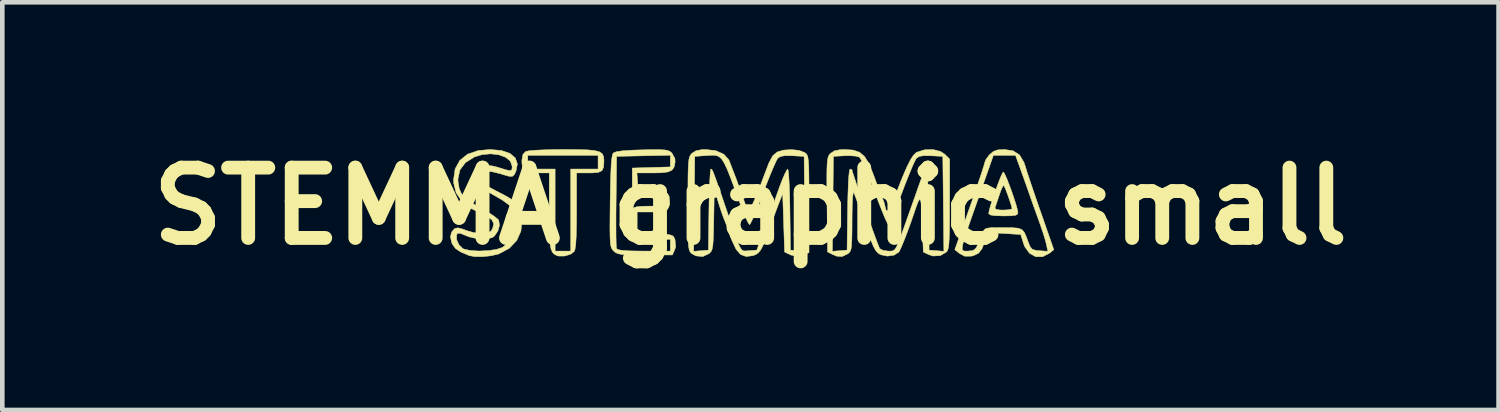
<source format=kicad_pcb>
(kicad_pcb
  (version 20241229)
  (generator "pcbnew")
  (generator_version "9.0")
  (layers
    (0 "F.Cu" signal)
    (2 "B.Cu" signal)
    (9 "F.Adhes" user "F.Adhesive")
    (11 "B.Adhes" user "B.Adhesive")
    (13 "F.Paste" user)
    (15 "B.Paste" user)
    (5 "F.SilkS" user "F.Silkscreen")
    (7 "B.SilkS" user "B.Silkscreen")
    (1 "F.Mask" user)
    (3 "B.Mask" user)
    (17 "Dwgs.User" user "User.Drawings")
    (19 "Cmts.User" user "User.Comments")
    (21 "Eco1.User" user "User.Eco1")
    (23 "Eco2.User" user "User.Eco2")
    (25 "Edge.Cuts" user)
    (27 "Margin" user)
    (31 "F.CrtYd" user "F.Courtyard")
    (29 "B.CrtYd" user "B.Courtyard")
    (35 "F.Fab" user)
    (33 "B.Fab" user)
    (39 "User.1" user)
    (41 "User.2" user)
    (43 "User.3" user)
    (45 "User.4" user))
  (footprint "STEMMA graphic small"
    (layer "F.Cu")
    (at 13.215 1.418)
    (property "Reference" "STEMMA graphic small" (at 0 0 0) (layer "F.SilkS") (effects (font (size 1.524 1.524) (thickness 0.3))))
    (attr through_hole)
    (fp_poly (pts (xy 5.508 -0.704) (xy 5.553 -0.606) (xy 5.608 -0.466) (xy 5.667 -0.306) (xy 5.722 -0.144) (xy 5.767 -0.000488) (xy 5.793 0.105) (xy 5.798 0.138) (xy 5.788 0.176) (xy 5.746 0.198) (xy 5.653 0.209) (xy 5.494 0.212) (xy 5.482 0.212) (xy 5.306 0.207) (xy 5.204 0.192) (xy 5.166 0.164) (xy 5.165 0.157) (xy 5.178 0.086) (xy 5.193 0.032) (xy 5.302 0.032) (xy 5.318 0.067) (xy 5.405 0.083) (xy 5.478 0.085) (xy 5.592 0.079) (xy 5.662 0.063) (xy 5.671 0.053) (xy 5.657 -0.008) (xy 5.622 -0.116) (xy 5.578 -0.243) (xy 5.534 -0.358) (xy 5.501 -0.434) (xy 5.493 -0.448) (xy 5.468 -0.425) (xy 5.429 -0.34) (xy 5.396 -0.246) (xy 5.351 -0.112) (xy 5.316 -0.007) (xy 5.302 0.032) (xy 5.193 0.032) (xy 5.212 -0.035) (xy 5.262 -0.189) (xy 5.319 -0.354) (xy 5.377 -0.511) (xy 5.428 -0.64) (xy 5.466 -0.722) (xy 5.482 -0.741) (xy 5.508 -0.704)) (stroke (width 0.01) (type solid)) (fill yes) (layer "F.SilkS"))
    (fp_poly (pts (xy -3.755 -1.226) (xy -3.536 -1.22) (xy -3.38 -1.205) (xy -3.276 -1.179) (xy -3.215 -1.139) (xy -3.185 -1.082) (xy -3.175 -1.004) (xy -3.175 -0.974) (xy -3.183 -0.845) (xy -3.217 -0.769) (xy -3.295 -0.732) (xy -3.434 -0.72) (xy -3.497 -0.72) (xy -3.768 -0.72) (xy -3.768 0.098) (xy -3.77 0.417) (xy -3.776 0.658) (xy -3.786 0.829) (xy -3.802 0.937) (xy -3.821 0.986) (xy -3.907 1.046) (xy -4.034 1.082) (xy -4.158 1.082) (xy -4.191 1.073) (xy -4.247 1.045) (xy -4.289 1.004) (xy -4.32 0.937) (xy -4.34 0.834) (xy -4.352 0.683) (xy -4.358 0.473) (xy -4.36 0.193) (xy -4.36 0.098) (xy -4.36 -0.72) (xy -4.631 -0.72) (xy -4.794 -0.725) (xy -4.891 -0.753) (xy -4.937 -0.816) (xy -4.952 -0.931) (xy -4.953 -0.997) (xy -4.934 -1.101) (xy -4.826 -1.101) (xy -4.826 -0.804) (xy -4.233 -0.804) (xy -4.233 0.974) (xy -3.895 0.974) (xy -3.895 -0.804) (xy -3.302 -0.804) (xy -3.302 -1.101) (xy -4.826 -1.101) (xy -4.934 -1.101) (xy -4.929 -1.124) (xy -4.871 -1.184) (xy -4.8 -1.199) (xy -4.657 -1.212) (xy -4.457 -1.221) (xy -4.211 -1.227) (xy -4.049 -1.228) (xy -3.755 -1.226)) (stroke (width 0.01) (type solid)) (fill yes) (layer "F.SilkS"))
    (fp_poly (pts (xy 5.694 -1.199) (xy 5.834 -1.109) (xy 5.929 -0.949) (xy 5.96 -0.856) (xy 5.987 -0.768) (xy 6.037 -0.616) (xy 6.105 -0.413) (xy 6.186 -0.176) (xy 6.275 0.082) (xy 6.29 0.123) (xy 6.576 0.944) (xy 6.48 1.022) (xy 6.331 1.097) (xy 6.183 1.096) (xy 6.05 1.022) (xy 5.949 0.884) (xy 5.92 0.811) (xy 5.859 0.614) (xy 5.493 0.593) (xy 5.127 0.572) (xy 5.084 0.741) (xy 5.025 0.914) (xy 4.946 1.019) (xy 4.832 1.074) (xy 4.783 1.084) (xy 4.644 1.085) (xy 4.532 1.026) (xy 4.43 0.944) (xy 4.437 0.924) (xy 4.59 0.924) (xy 4.602 0.958) (xy 4.63 0.972) (xy 4.672 0.974) (xy 4.716 0.974) (xy 4.826 0.962) (xy 4.889 0.912) (xy 4.928 0.836) (xy 4.984 0.703) (xy 5.032 0.582) (xy 5.057 0.528) (xy 5.089 0.494) (xy 5.149 0.475) (xy 5.252 0.467) (xy 5.418 0.466) (xy 5.479 0.466) (xy 5.674 0.467) (xy 5.803 0.478) (xy 5.884 0.508) (xy 5.938 0.569) (xy 5.982 0.67) (xy 6.015 0.761) (xy 6.061 0.877) (xy 6.11 0.936) (xy 6.19 0.959) (xy 6.264 0.966) (xy 6.446 0.979) (xy 6.418 0.839) (xy 6.391 0.733) (xy 6.343 0.578) (xy 6.283 0.402) (xy 6.268 0.36) (xy 6.194 0.154) (xy 6.108 -0.087) (xy 6.027 -0.316) (xy 6.012 -0.36) (xy 5.944 -0.551) (xy 5.878 -0.735) (xy 5.826 -0.88) (xy 5.811 -0.921) (xy 5.746 -1.101) (xy 5.266 -1.101) (xy 4.943 -0.18) (xy 4.825 0.154) (xy 4.733 0.417) (xy 4.665 0.617) (xy 4.62 0.762) (xy 4.596 0.862) (xy 4.59 0.924) (xy 4.437 0.924) (xy 4.755 0.024) (xy 4.848 -0.241) (xy 4.93 -0.481) (xy 4.999 -0.684) (xy 5.048 -0.837) (xy 5.076 -0.929) (xy 5.08 -0.95) (xy 5.107 -1.015) (xy 5.172 -1.103) (xy 5.184 -1.116) (xy 5.266 -1.186) (xy 5.361 -1.219) (xy 5.503 -1.228) (xy 5.694 -1.199)) (stroke (width 0.01) (type solid)) (fill yes) (layer "F.SilkS"))
    (fp_poly (pts (xy -1.956 -1.224) (xy -1.848 -1.217) (xy -1.777 -1.202) (xy -1.73 -1.176) (xy -1.702 -1.151) (xy -1.637 -1.034) (xy -1.632 -0.956) (xy -1.653 -0.849) (xy -1.7 -0.78) (xy -1.788 -0.741) (xy -1.933 -0.723) (xy -2.103 -0.72) (xy -2.46 -0.72) (xy -2.447 -0.54) (xy -2.434 -0.36) (xy -2.117 -0.339) (xy -1.955 -0.326) (xy -1.856 -0.309) (xy -1.802 -0.28) (xy -1.772 -0.232) (xy -1.761 -0.203) (xy -1.747 -0.051) (xy -1.77 0.019) (xy -1.8 0.074) (xy -1.844 0.107) (xy -1.922 0.122) (xy -2.055 0.127) (xy -2.137 0.127) (xy -2.455 0.127) (xy -2.455 0.589) (xy -2.065 0.602) (xy -1.881 0.608) (xy -1.764 0.618) (xy -1.696 0.637) (xy -1.66 0.669) (xy -1.637 0.72) (xy -1.634 0.729) (xy -1.62 0.88) (xy -1.643 0.951) (xy -1.692 1.058) (xy -2.285 1.058) (xy -2.523 1.057) (xy -2.692 1.053) (xy -2.806 1.044) (xy -2.88 1.027) (xy -2.931 1.002) (xy -2.965 0.972) (xy -2.993 0.94) (xy -3.014 0.902) (xy -3.029 0.845) (xy -3.038 0.76) (xy -3.043 0.633) (xy -3.045 0.456) (xy -3.045 0.428) (xy -2.914 0.428) (xy -2.913 0.642) (xy -2.91 0.803) (xy -2.905 0.899) (xy -2.902 0.92) (xy -2.868 0.943) (xy -2.782 0.959) (xy -2.633 0.969) (xy -2.413 0.973) (xy -2.308 0.974) (xy -1.736 0.974) (xy -1.736 0.72) (xy -2.108 0.72) (xy -2.315 0.714) (xy -2.459 0.696) (xy -2.532 0.669) (xy -2.532 0.669) (xy -2.558 0.601) (xy -2.575 0.479) (xy -2.582 0.332) (xy -2.578 0.189) (xy -2.561 0.081) (xy -2.557 0.067) (xy -2.526 0.032) (xy -2.454 0.011) (xy -2.327 0.002) (xy -2.197 0) (xy -1.863 0) (xy -1.863 -0.251) (xy -2.212 -0.263) (xy -2.561 -0.275) (xy -2.561 -0.826) (xy -2.148 -0.838) (xy -1.736 -0.85) (xy -1.736 -1.103) (xy -2.318 -1.091) (xy -2.9 -1.079) (xy -2.911 -0.107) (xy -2.914 0.174) (xy -2.914 0.428) (xy -3.045 0.428) (xy -3.043 0.216) (xy -3.04 -0.097) (xy -3.04 -0.106) (xy -3.034 -0.447) (xy -3.026 -0.711) (xy -3.017 -0.906) (xy -3.004 -1.04) (xy -2.988 -1.12) (xy -2.972 -1.152) (xy -2.909 -1.178) (xy -2.775 -1.199) (xy -2.567 -1.213) (xy -2.351 -1.22) (xy -2.119 -1.225) (xy -1.956 -1.224)) (stroke (width 0.01) (type solid)) (fill yes) (layer "F.SilkS"))
    (fp_poly (pts (xy -5.398 -1.206) (xy -5.215 -1.144) (xy -5.097 -1.046) (xy -5.051 -0.916) (xy -5.081 -0.759) (xy -5.081 -0.759) (xy -5.117 -0.683) (xy -5.158 -0.647) (xy -5.226 -0.646) (xy -5.342 -0.678) (xy -5.421 -0.703) (xy -5.613 -0.749) (xy -5.748 -0.743) (xy -5.822 -0.686) (xy -5.834 -0.602) (xy -5.815 -0.537) (xy -5.764 -0.478) (xy -5.666 -0.412) (xy -5.509 -0.329) (xy -5.325 -0.234) (xy -5.2 -0.161) (xy -5.119 -0.099) (xy -5.066 -0.032) (xy -5.024 0.052) (xy -5.014 0.076) (xy -4.954 0.316) (xy -4.974 0.543) (xy -5.067 0.747) (xy -5.228 0.915) (xy -5.451 1.034) (xy -5.457 1.036) (xy -5.619 1.075) (xy -5.806 1.095) (xy -5.98 1.093) (xy -6.096 1.071) (xy -6.279 0.994) (xy -6.395 0.915) (xy -6.462 0.821) (xy -6.477 0.782) (xy -6.489 0.724) (xy -6.369 0.724) (xy -6.318 0.837) (xy -6.233 0.92) (xy -6.213 0.93) (xy -6.071 0.962) (xy -5.883 0.973) (xy -5.681 0.964) (xy -5.5 0.937) (xy -5.376 0.895) (xy -5.208 0.761) (xy -5.106 0.575) (xy -5.073 0.354) (xy -5.086 0.207) (xy -5.135 0.085) (xy -5.23 -0.024) (xy -5.382 -0.135) (xy -5.582 -0.25) (xy -5.765 -0.355) (xy -5.881 -0.438) (xy -5.941 -0.508) (xy -5.955 -0.542) (xy -5.955 -0.674) (xy -5.878 -0.78) (xy -5.778 -0.842) (xy -5.695 -0.873) (xy -5.61 -0.875) (xy -5.491 -0.847) (xy -5.44 -0.831) (xy -5.295 -0.786) (xy -5.212 -0.769) (xy -5.175 -0.781) (xy -5.165 -0.826) (xy -5.165 -0.867) (xy -5.203 -0.975) (xy -5.305 -1.059) (xy -5.454 -1.113) (xy -5.631 -1.134) (xy -5.819 -1.117) (xy -5.982 -1.066) (xy -6.176 -0.944) (xy -6.296 -0.785) (xy -6.339 -0.592) (xy -6.336 -0.519) (xy -6.311 -0.376) (xy -6.258 -0.261) (xy -6.164 -0.16) (xy -6.016 -0.056) (xy -5.844 0.041) (xy -5.686 0.132) (xy -5.556 0.218) (xy -5.472 0.286) (xy -5.455 0.308) (xy -5.439 0.415) (xy -5.474 0.539) (xy -5.546 0.645) (xy -5.591 0.679) (xy -5.728 0.715) (xy -5.906 0.71) (xy -6.094 0.666) (xy -6.167 0.638) (xy -6.279 0.592) (xy -6.338 0.585) (xy -6.366 0.615) (xy -6.367 0.618) (xy -6.369 0.724) (xy -6.489 0.724) (xy -6.502 0.661) (xy -6.478 0.569) (xy -6.469 0.553) (xy -6.413 0.488) (xy -6.342 0.47) (xy -6.233 0.498) (xy -6.153 0.529) (xy -6.006 0.572) (xy -5.844 0.592) (xy -5.823 0.593) (xy -5.699 0.583) (xy -5.627 0.544) (xy -5.589 0.488) (xy -5.562 0.382) (xy -5.609 0.291) (xy -5.735 0.208) (xy -5.794 0.181) (xy -6.067 0.043) (xy -6.26 -0.113) (xy -6.38 -0.292) (xy -6.432 -0.502) (xy -6.434 -0.572) (xy -6.4 -0.807) (xy -6.298 -0.992) (xy -6.132 -1.125) (xy -5.903 -1.204) (xy -5.643 -1.228) (xy -5.398 -1.206)) (stroke (width 0.01) (type solid)) (fill yes) (layer "F.SilkS"))
    (fp_poly (pts (xy -0.75 -1.202) (xy -0.579 -1.127) (xy -0.472 -1.01) (xy -0.459 -0.982) (xy -0.302 -0.576) (xy -0.165 -0.191) (xy -0.164 -0.191) (xy -0.114 -0.052) (xy -0.07 0.053) (xy -0.045 0.098) (xy -0.015 0.075) (xy 0.04 -0.029) (xy 0.12 -0.214) (xy 0.226 -0.479) (xy 0.358 -0.824) (xy 0.398 -0.931) (xy 0.485 -1.093) (xy 0.582 -1.175) (xy 0.725 -1.215) (xy 0.896 -1.225) (xy 1.059 -1.207) (xy 1.176 -1.162) (xy 1.205 -1.139) (xy 1.227 -1.111) (xy 1.244 -1.065) (xy 1.255 -0.993) (xy 1.263 -0.883) (xy 1.267 -0.725) (xy 1.269 -0.509) (xy 1.27 -0.225) (xy 1.27 -0.043) (xy 1.27 1.009) (xy 1.123 1.058) (xy 0.995 1.085) (xy 0.886 1.062) (xy 0.858 1.05) (xy 0.741 0.994) (xy 0.72 0.359) (xy 0.699 -0.275) (xy 0.601 -0.021) (xy 0.536 0.152) (xy 0.472 0.326) (xy 0.437 0.423) (xy 0.353 0.659) (xy 0.286 0.826) (xy 0.229 0.939) (xy 0.175 1.009) (xy 0.115 1.051) (xy 0.053 1.073) (xy -0.093 1.092) (xy -0.211 1.049) (xy -0.31 0.937) (xy -0.398 0.75) (xy -0.424 0.677) (xy -0.478 0.522) (xy -0.524 0.396) (xy -0.553 0.324) (xy -0.556 0.318) (xy -0.58 0.259) (xy -0.622 0.143) (xy -0.672 -0.009) (xy -0.682 -0.042) (xy -0.783 -0.36) (xy -0.794 0.296) (xy -0.799 0.547) (xy -0.805 0.727) (xy -0.815 0.851) (xy -0.83 0.931) (xy -0.852 0.982) (xy -0.884 1.018) (xy -0.894 1.027) (xy -1.032 1.093) (xy -1.18 1.078) (xy -1.261 1.035) (xy -1.29 1.012) (xy -1.313 0.982) (xy -1.314 0.979) (xy -1.229 0.979) (xy -1.07 0.966) (xy -0.91 0.953) (xy -0.899 0.074) (xy -0.894 -0.188) (xy -0.887 -0.419) (xy -0.878 -0.607) (xy -0.869 -0.738) (xy -0.859 -0.801) (xy -0.856 -0.804) (xy -0.844 -0.801) (xy -0.831 -0.786) (xy -0.812 -0.75) (xy -0.785 -0.682) (xy -0.746 -0.575) (xy -0.69 -0.417) (xy -0.615 -0.201) (xy -0.518 0.084) (xy -0.488 0.169) (xy -0.395 0.443) (xy -0.324 0.648) (xy -0.27 0.792) (xy -0.228 0.887) (xy -0.192 0.942) (xy -0.156 0.967) (xy -0.113 0.972) (xy -0.06 0.968) (xy -0.031 0.965) (xy 0.138 0.953) (xy 0.306 0.487) (xy 0.393 0.245) (xy 0.489 -0.022) (xy 0.58 -0.273) (xy 0.622 -0.392) (xy 0.687 -0.563) (xy 0.746 -0.699) (xy 0.79 -0.784) (xy 0.808 -0.804) (xy 0.82 -0.764) (xy 0.831 -0.652) (xy 0.841 -0.479) (xy 0.849 -0.26) (xy 0.855 -0.005) (xy 0.856 0.074) (xy 0.868 0.953) (xy 1.027 0.966) (xy 1.187 0.979) (xy 1.164 -1.079) (xy 0.906 -1.092) (xy 0.748 -1.094) (xy 0.651 -1.077) (xy 0.592 -1.037) (xy 0.589 -1.033) (xy 0.555 -0.97) (xy 0.498 -0.843) (xy 0.424 -0.666) (xy 0.34 -0.454) (xy 0.274 -0.279) (xy 0.188 -0.056) (xy 0.111 0.136) (xy 0.046 0.285) (xy 0.001 0.377) (xy -0.018 0.402) (xy -0.047 0.365) (xy -0.096 0.264) (xy -0.159 0.115) (xy -0.219 -0.042) (xy -0.336 -0.362) (xy -0.429 -0.611) (xy -0.503 -0.798) (xy -0.566 -0.932) (xy -0.623 -1.021) (xy -0.681 -1.074) (xy -0.746 -1.098) (xy -0.825 -1.104) (xy -0.923 -1.098) (xy -0.998 -1.093) (xy -1.206 -1.079) (xy -1.229 0.979) (xy -1.314 0.979) (xy -1.329 0.936) (xy -1.341 0.862) (xy -1.348 0.75) (xy -1.352 0.589) (xy -1.354 0.368) (xy -1.355 0.076) (xy -1.355 -0.045) (xy -1.354 -0.365) (xy -1.353 -0.611) (xy -1.349 -0.794) (xy -1.342 -0.925) (xy -1.332 -1.014) (xy -1.317 -1.073) (xy -1.296 -1.113) (xy -1.27 -1.143) (xy -1.179 -1.201) (xy -1.045 -1.226) (xy -0.972 -1.228) (xy -0.75 -1.202)) (stroke (width 0.01) (type solid)) (fill yes) (layer "F.SilkS"))
    (fp_poly (pts (xy 2.225 -1.215) (xy 2.364 -1.169) (xy 2.472 -1.078) (xy 2.565 -0.929) (xy 2.656 -0.709) (xy 2.662 -0.693) (xy 2.73 -0.51) (xy 2.794 -0.341) (xy 2.845 -0.213) (xy 2.86 -0.178) (xy 2.901 -0.069) (xy 2.921 0.014) (xy 2.921 0.02) (xy 2.942 0.093) (xy 2.989 0.098) (xy 3.04 0.036) (xy 3.05 0.013) (xy 3.183 -0.342) (xy 3.294 -0.624) (xy 3.387 -0.84) (xy 3.464 -0.995) (xy 3.53 -1.099) (xy 3.588 -1.157) (xy 3.603 -1.167) (xy 3.773 -1.221) (xy 3.956 -1.227) (xy 4.12 -1.186) (xy 4.214 -1.124) (xy 4.318 -1.02) (xy 4.318 -0.047) (xy 4.317 0.272) (xy 4.315 0.517) (xy 4.309 0.698) (xy 4.301 0.825) (xy 4.288 0.911) (xy 4.271 0.963) (xy 4.252 0.992) (xy 4.115 1.073) (xy 3.956 1.081) (xy 3.866 1.051) (xy 3.747 0.994) (xy 3.725 0.381) (xy 3.715 0.132) (xy 3.704 -0.036) (xy 3.688 -0.127) (xy 3.666 -0.145) (xy 3.634 -0.094) (xy 3.59 0.023) (xy 3.555 0.127) (xy 3.487 0.325) (xy 3.414 0.527) (xy 3.343 0.713) (xy 3.28 0.866) (xy 3.234 0.967) (xy 3.217 0.995) (xy 3.113 1.062) (xy 2.971 1.083) (xy 2.828 1.054) (xy 2.808 1.044) (xy 2.757 1.01) (xy 2.712 0.955) (xy 2.664 0.868) (xy 2.609 0.734) (xy 2.539 0.541) (xy 2.481 0.374) (xy 2.406 0.158) (xy 2.339 -0.034) (xy 2.284 -0.184) (xy 2.248 -0.277) (xy 2.239 -0.296) (xy 2.227 -0.279) (xy 2.216 -0.189) (xy 2.208 -0.037) (xy 2.204 0.167) (xy 2.203 0.305) (xy 2.202 0.556) (xy 2.198 0.736) (xy 2.191 0.859) (xy 2.179 0.938) (xy 2.158 0.987) (xy 2.129 1.019) (xy 2.107 1.035) (xy 1.989 1.092) (xy 1.869 1.084) (xy 1.778 1.046) (xy 1.672 0.992) (xy 1.672 0.979) (xy 1.776 0.979) (xy 2.095 0.953) (xy 2.107 0.074) (xy 2.113 -0.228) (xy 2.122 -0.475) (xy 2.133 -0.658) (xy 2.146 -0.77) (xy 2.16 -0.804) (xy 2.2 -0.791) (xy 2.201 -0.787) (xy 2.215 -0.734) (xy 2.253 -0.617) (xy 2.309 -0.449) (xy 2.378 -0.246) (xy 2.456 -0.023) (xy 2.537 0.206) (xy 2.616 0.426) (xy 2.687 0.622) (xy 2.746 0.78) (xy 2.787 0.885) (xy 2.804 0.921) (xy 2.873 0.957) (xy 2.982 0.974) (xy 2.991 0.974) (xy 3.046 0.974) (xy 3.088 0.968) (xy 3.124 0.945) (xy 3.16 0.894) (xy 3.202 0.805) (xy 3.255 0.668) (xy 3.326 0.471) (xy 3.41 0.233) (xy 3.491 0.005) (xy 3.57 -0.217) (xy 3.638 -0.411) (xy 3.688 -0.551) (xy 3.692 -0.561) (xy 3.743 -0.689) (xy 3.789 -0.777) (xy 3.815 -0.804) (xy 3.826 -0.764) (xy 3.837 -0.652) (xy 3.847 -0.479) (xy 3.855 -0.26) (xy 3.861 -0.005) (xy 3.862 0.074) (xy 3.873 0.953) (xy 4.033 0.966) (xy 4.193 0.979) (xy 4.17 -1.079) (xy 3.912 -1.092) (xy 3.754 -1.094) (xy 3.657 -1.077) (xy 3.598 -1.037) (xy 3.594 -1.033) (xy 3.56 -0.97) (xy 3.503 -0.843) (xy 3.43 -0.666) (xy 3.346 -0.454) (xy 3.28 -0.279) (xy 3.194 -0.056) (xy 3.117 0.136) (xy 3.053 0.285) (xy 3.009 0.377) (xy 2.991 0.402) (xy 2.966 0.364) (xy 2.917 0.26) (xy 2.851 0.1) (xy 2.772 -0.101) (xy 2.692 -0.312) (xy 2.599 -0.554) (xy 2.514 -0.762) (xy 2.44 -0.926) (xy 2.384 -1.031) (xy 2.357 -1.065) (xy 2.277 -1.085) (xy 2.146 -1.094) (xy 2.043 -1.092) (xy 1.799 -1.079) (xy 1.776 0.979) (xy 1.672 0.979) (xy 1.661 -0.032) (xy 1.658 -0.354) (xy 1.656 -0.601) (xy 1.658 -0.785) (xy 1.663 -0.917) (xy 1.672 -1.008) (xy 1.686 -1.068) (xy 1.705 -1.108) (xy 1.731 -1.139) (xy 1.735 -1.142) (xy 1.821 -1.199) (xy 1.946 -1.224) (xy 2.043 -1.228) (xy 2.225 -1.215)) (stroke (width 0.01) (type solid)) (fill yes) (layer "F.SilkS")))
  (gr_rect
    (start -3 -3)
    (end 29.431 5.836)
    (stroke (width 0.1) (type default))
    (fill no)
    (layer "Edge.Cuts")))
</source>
